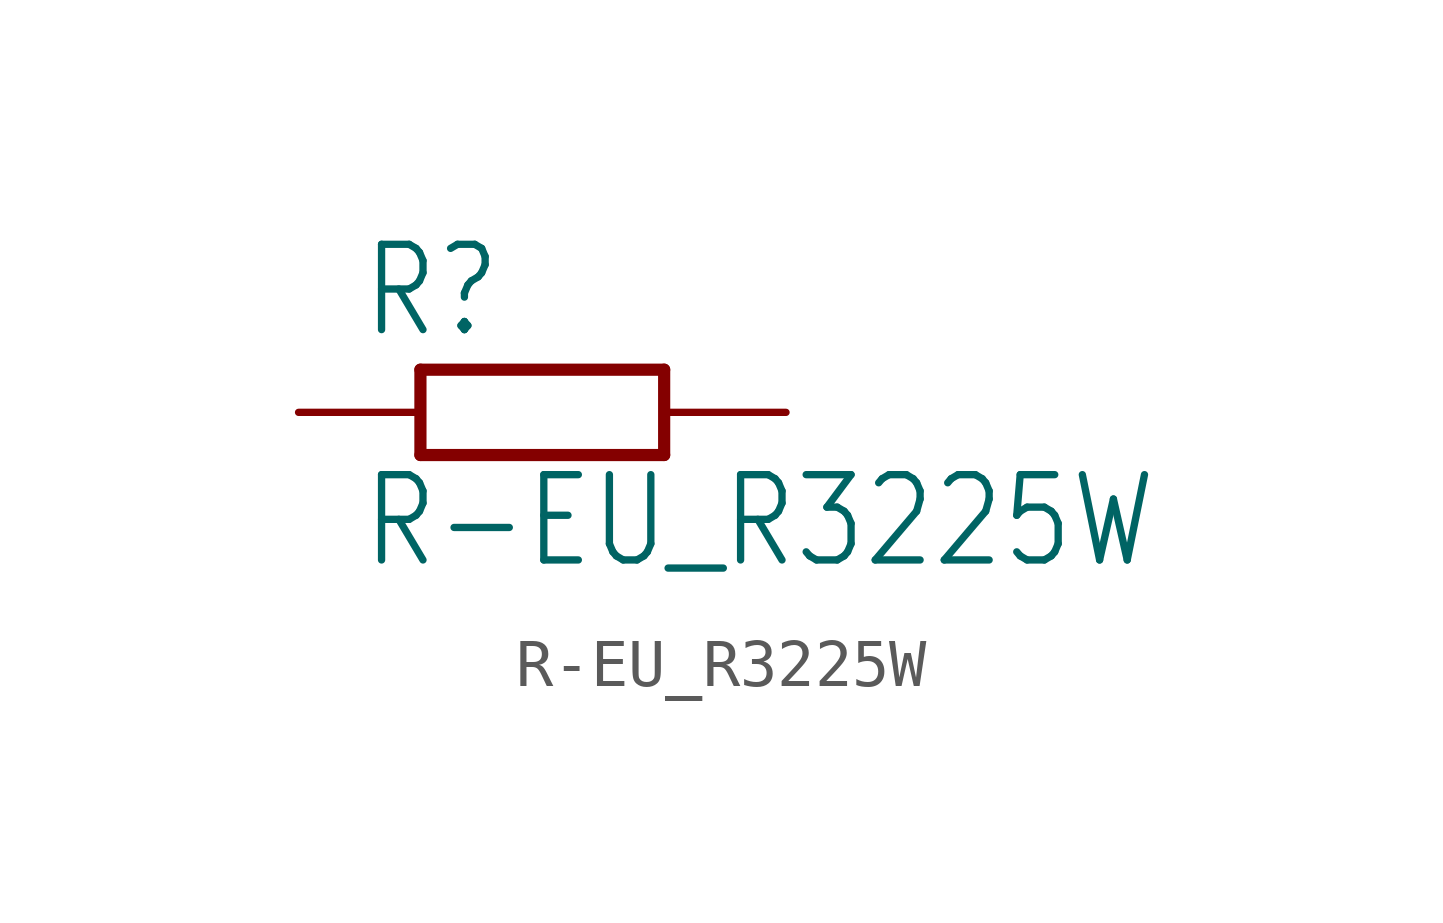
<source format=kicad_sym>
(kicad_symbol_lib
  (version 20220331)
  (generator kicad_symbol_editor)
  (symbol "R-EU_R3225W"
    (property "Reference" "R"
      (at -3.81 1.499 0)
      (effects (font (size 1.778 1.511)) (justify left bottom)))
    (property "Value" "R-EU_R3225W"
      (at -3.81 -3.302 0)
      (effects (font (size 1.778 1.511)) (justify left bottom)))
    (property "ki_locked" ""
      (at 0 0 0)
      (effects (font (size 1.27 1.27))))
    (symbol "R-EU_R3225W_1_0"
      (polyline (pts (xy -2.54 -0.889) (xy -2.54 0.889)) (stroke (width 0.254) (type solid)) (fill (type none)))
      (polyline (pts (xy -2.54 -0.889) (xy 2.54 -0.889)) (stroke (width 0.254) (type solid)) (fill (type none)))
      (polyline (pts (xy 2.54 -0.889) (xy 2.54 0.889)) (stroke (width 0.254) (type solid)) (fill (type none)))
      (polyline (pts (xy 2.54 0.889) (xy -2.54 0.889)) (stroke (width 0.254) (type solid)) (fill (type none)))
      (pin passive line (at -5.08 0 0) (length 2.54) (name "1" (effects (font (size 0 0)))) (number "1" (effects (font (size 0 0)))))
      (pin passive line (at 5.08 0 180) (length 2.54) (name "2" (effects (font (size 0 0)))) (number "2" (effects (font (size 0 0))))))))
</source>
